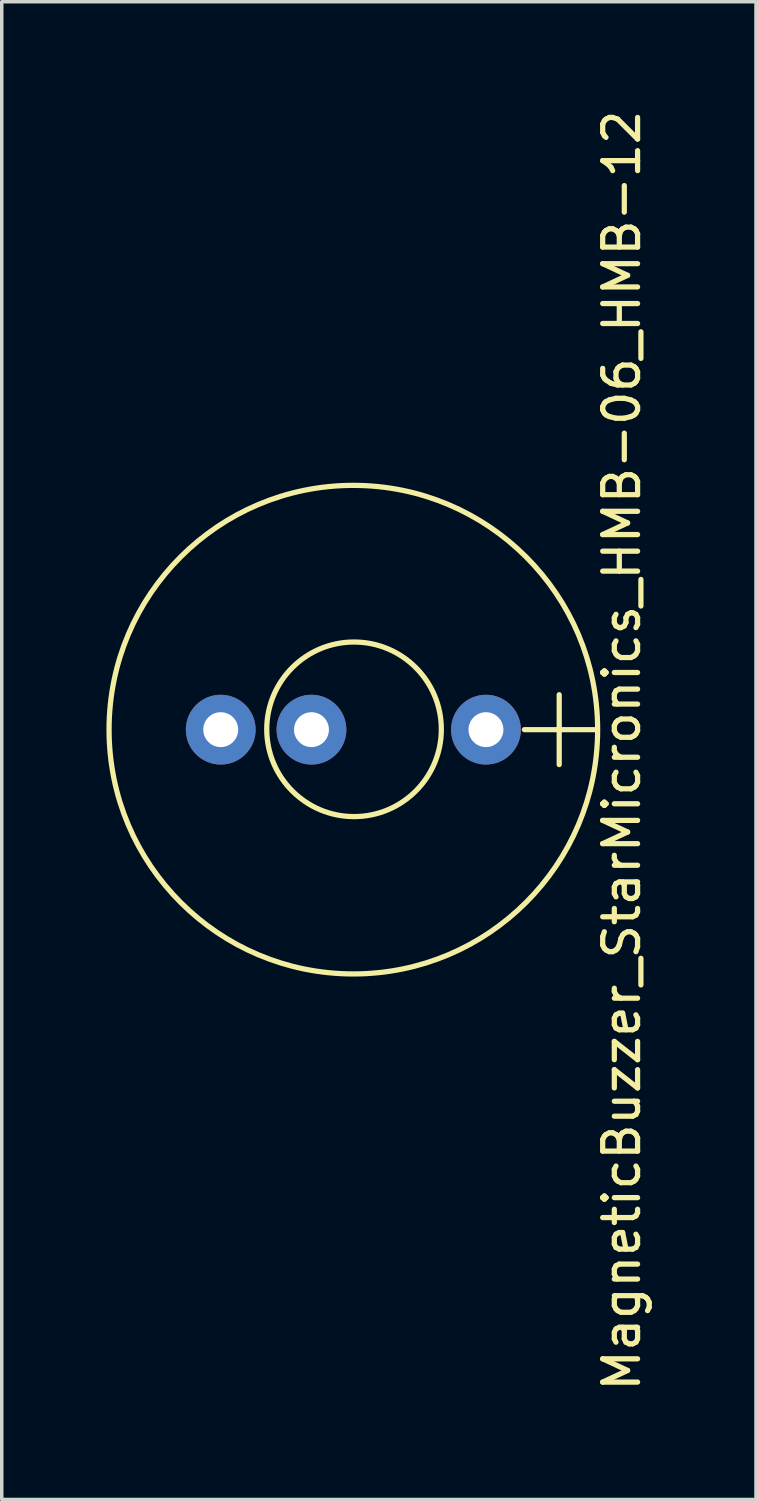
<source format=kicad_pcb>
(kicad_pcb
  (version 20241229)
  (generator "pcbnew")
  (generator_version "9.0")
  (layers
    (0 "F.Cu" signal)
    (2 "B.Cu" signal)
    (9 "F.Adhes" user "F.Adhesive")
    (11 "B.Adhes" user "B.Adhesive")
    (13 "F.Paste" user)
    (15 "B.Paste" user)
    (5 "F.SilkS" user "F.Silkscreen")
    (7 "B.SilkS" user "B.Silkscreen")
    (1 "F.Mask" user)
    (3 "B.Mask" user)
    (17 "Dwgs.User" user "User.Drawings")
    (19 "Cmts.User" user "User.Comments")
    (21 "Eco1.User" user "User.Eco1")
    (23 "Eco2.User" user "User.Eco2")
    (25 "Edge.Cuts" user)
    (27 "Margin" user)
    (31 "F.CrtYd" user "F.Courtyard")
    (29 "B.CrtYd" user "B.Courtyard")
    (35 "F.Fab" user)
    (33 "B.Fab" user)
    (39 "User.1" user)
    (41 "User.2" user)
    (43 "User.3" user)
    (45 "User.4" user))
  (footprint "MagneticBuzzer_StarMicronics_HMB-06_HMB-12"
    (layer "F.Cu")
    (at 3.265 17.858)
    (property "Reference" "MagneticBuzzer_StarMicronics_HMB-06_HMB-12" (at 11.5 0.6 90) (layer "F.SilkS") (effects (font (size 1 1) (thickness 0.15))))
    (attr through_hole)
    (fp_line (start 8.711 0) (end 10.71 0) (stroke (width 0.15) (type solid)) (layer "F.SilkS"))
    (fp_line (start 9.709 -1.001) (end 9.709 1.001) (stroke (width 0.15) (type solid)) (layer "F.SilkS"))
    (fp_circle (center 3.81 0) (end 10.81 0) (stroke (width 0.15) (type solid)) (fill no) (layer "F.SilkS"))
    (fp_circle (center 3.83 -0.01) (end 5.48 1.87) (stroke (width 0.15) (type solid)) (fill no) (layer "F.SilkS"))
    (pad "1" thru_hole circle (at 0.01 0) (size 2 2) (drill 1) (layers "*.Cu" "*.Mask"))
    (pad "1" thru_hole circle (at 2.61 0) (size 2 2) (drill 1) (layers "*.Cu" "*.Mask"))
    (pad "2" thru_hole circle (at 7.61 0) (size 2 2) (drill 1) (layers "*.Cu" "*.Mask")))
  (gr_rect
    (start -3 -3)
    (end 18.613 39.917)
    (stroke (width 0.1) (type default))
    (fill no)
    (layer "Edge.Cuts")))
</source>
